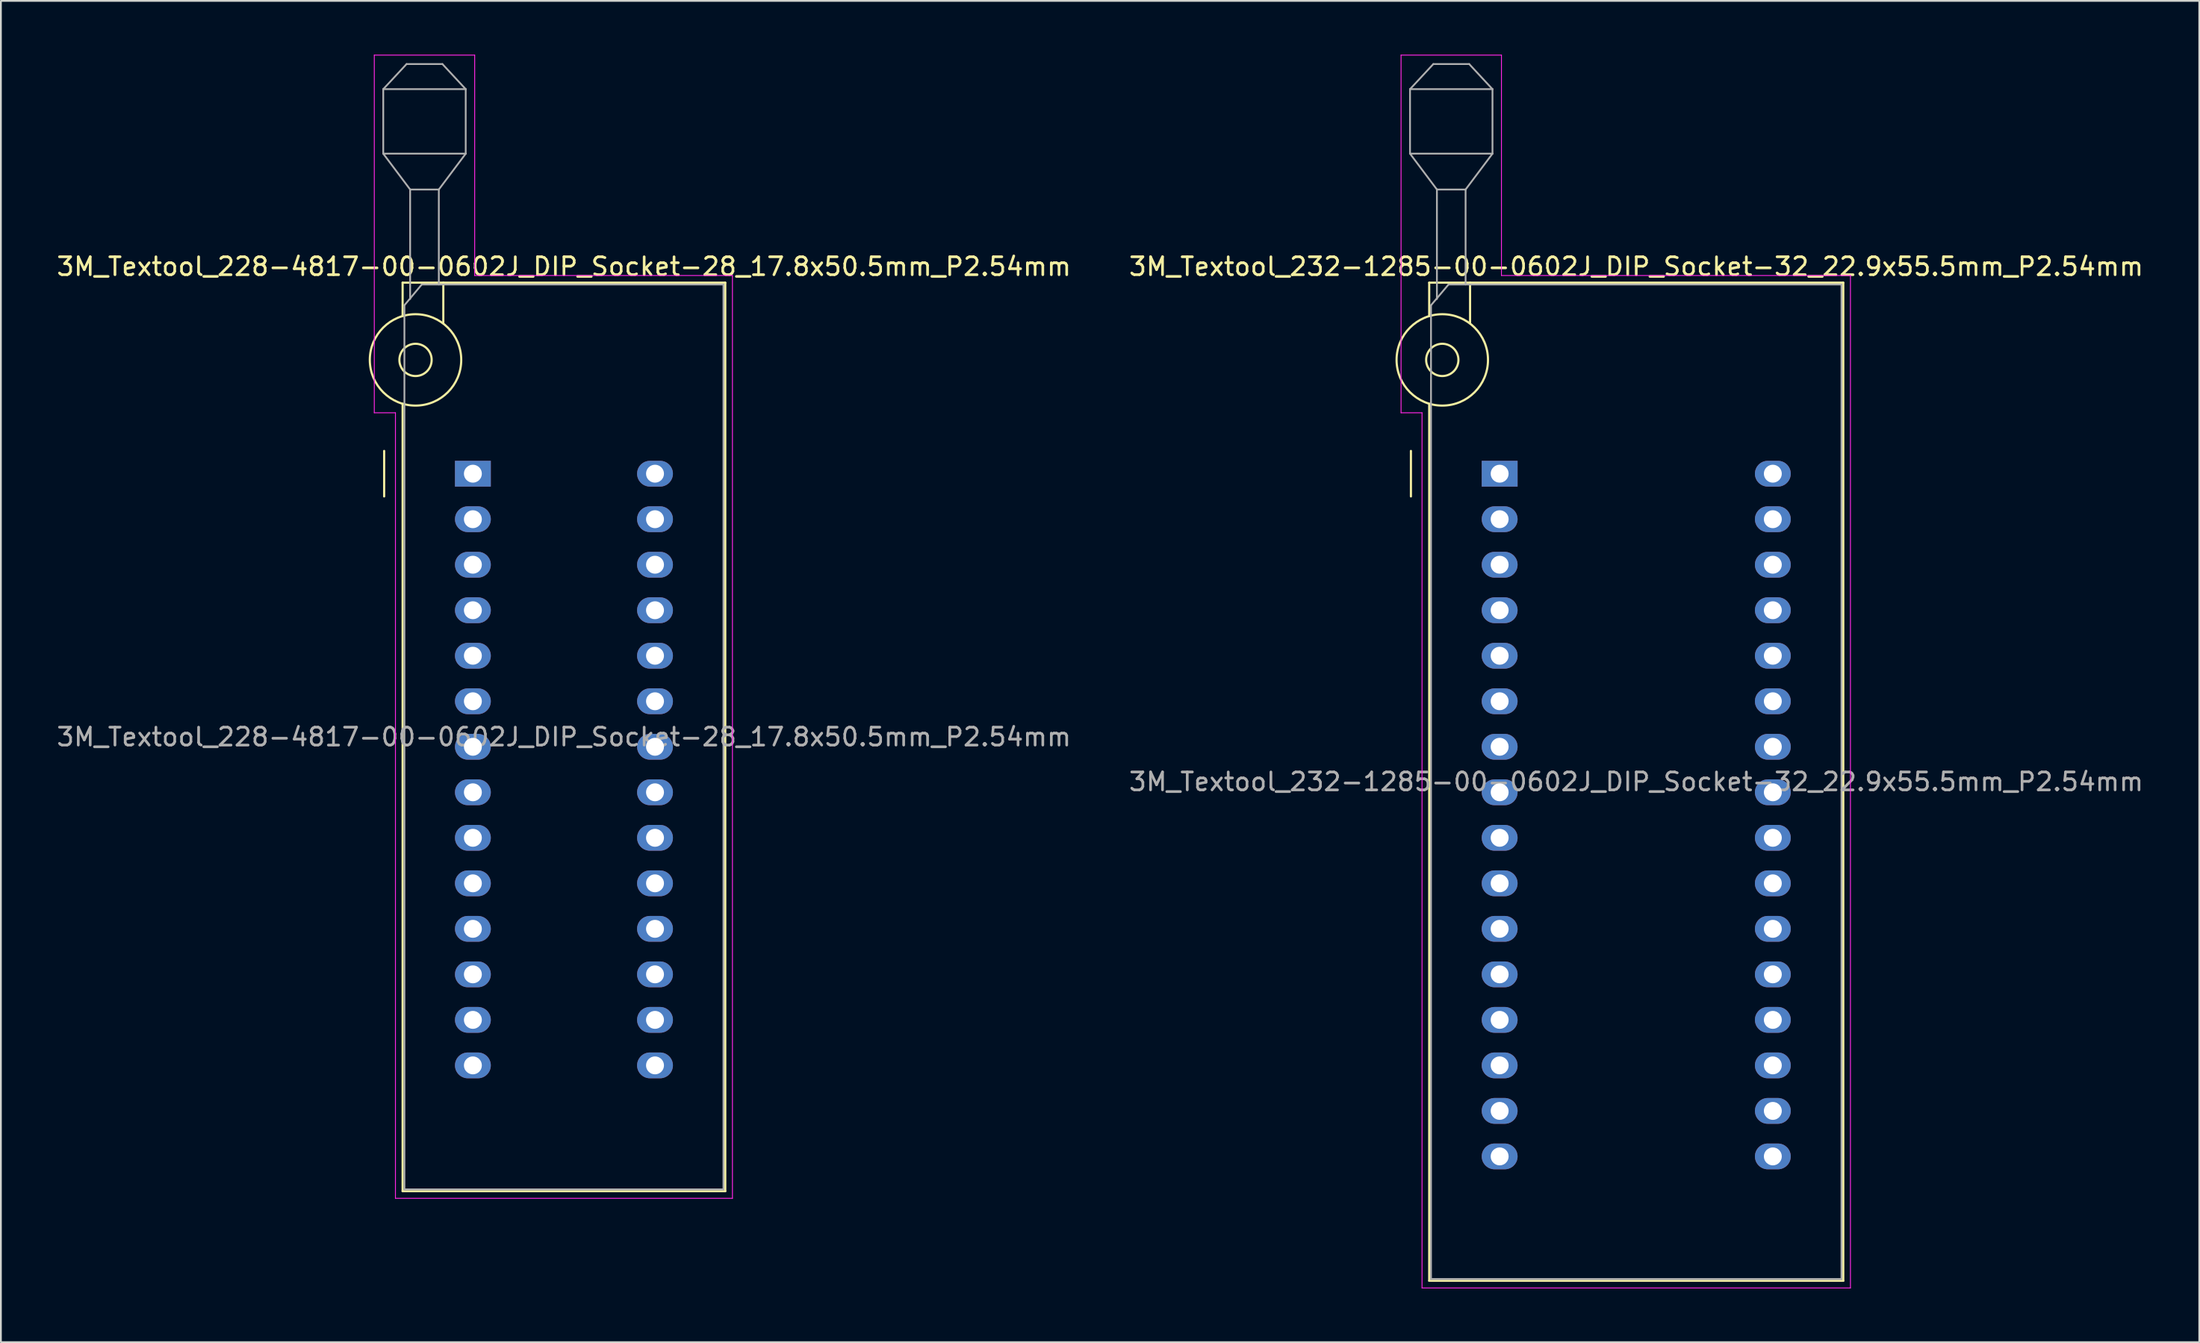
<source format=kicad_pcb>
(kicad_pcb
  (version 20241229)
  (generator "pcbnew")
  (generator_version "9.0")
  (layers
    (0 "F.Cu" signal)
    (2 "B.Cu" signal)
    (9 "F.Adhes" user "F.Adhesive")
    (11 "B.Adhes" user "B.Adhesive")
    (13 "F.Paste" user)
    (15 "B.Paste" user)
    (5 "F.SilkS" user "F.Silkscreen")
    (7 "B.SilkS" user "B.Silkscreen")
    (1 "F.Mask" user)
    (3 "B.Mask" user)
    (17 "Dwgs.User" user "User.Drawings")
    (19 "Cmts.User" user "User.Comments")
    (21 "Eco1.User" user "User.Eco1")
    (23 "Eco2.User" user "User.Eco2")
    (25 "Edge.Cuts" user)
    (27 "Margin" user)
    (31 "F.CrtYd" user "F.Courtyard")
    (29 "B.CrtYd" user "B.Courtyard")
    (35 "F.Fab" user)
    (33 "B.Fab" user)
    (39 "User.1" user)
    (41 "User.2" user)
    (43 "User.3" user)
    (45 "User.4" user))
  (footprint "3M_Textool_228-4817-00-0602J_DIP_Socket-28_17.8x50.5mm_P2.54mm"
    (layer "F.Cu")
    (at 23.331 23.385)
    (property "Reference" "3M_Textool_228-4817-00-0602J_DIP_Socket-28_17.8x50.5mm_P2.54mm" (at 5.08 -11.56 0) (layer "F.SilkS") (effects (font (size 1 1) (thickness 0.15))))
    (attr through_hole)
    (fp_line (start -4.95 1.27) (end -4.95 -1.27) (stroke (width 0.12) (type solid)) (layer "F.SilkS"))
    (fp_line (start -3.92 -10.66) (end -3.92 -8.8) (stroke (width 0.12) (type solid)) (layer "F.SilkS"))
    (fp_line (start -3.92 -3.9) (end -3.92 40.04) (stroke (width 0.12) (type solid)) (layer "F.SilkS"))
    (fp_line (start -3.92 40.04) (end 14.08 40.04) (stroke (width 0.12) (type solid)) (layer "F.SilkS"))
    (fp_line (start -1.65 -10.66) (end -1.65 -8.4) (stroke (width 0.12) (type solid)) (layer "F.SilkS"))
    (fp_line (start 14.08 -10.66) (end -3.92 -10.66) (stroke (width 0.12) (type solid)) (layer "F.SilkS"))
    (fp_line (start 14.08 40.04) (end 14.08 -10.66) (stroke (width 0.12) (type solid)) (layer "F.SilkS"))
    (fp_circle (center -3.2 -6.35) (end -2.3 -6.35) (stroke (width 0.12) (type solid)) (fill no) (layer "F.SilkS"))
    (fp_circle (center -3.2 -6.35) (end -0.65 -6.35) (stroke (width 0.12) (type solid)) (fill no) (layer "F.SilkS"))
    (fp_line (start -5.5 -23.36) (end 0.1 -23.36) (stroke (width 0.05) (type solid)) (layer "F.CrtYd"))
    (fp_line (start -5.5 -3.4) (end -5.5 -23.36) (stroke (width 0.05) (type solid)) (layer "F.CrtYd"))
    (fp_line (start -4.32 -3.4) (end -5.5 -3.4) (stroke (width 0.05) (type solid)) (layer "F.CrtYd"))
    (fp_line (start -4.32 40.44) (end -4.32 -3.4) (stroke (width 0.05) (type solid)) (layer "F.CrtYd"))
    (fp_line (start 0.1 -23.36) (end 0.1 -11.06) (stroke (width 0.05) (type solid)) (layer "F.CrtYd"))
    (fp_line (start 0.1 -11.06) (end 14.48 -11.06) (stroke (width 0.05) (type solid)) (layer "F.CrtYd"))
    (fp_line (start 14.48 -11.06) (end 14.48 40.44) (stroke (width 0.05) (type solid)) (layer "F.CrtYd"))
    (fp_line (start 14.48 40.44) (end -4.32 40.44) (stroke (width 0.05) (type solid)) (layer "F.CrtYd"))
    (fp_line (start -5 -21.46) (end -5 -17.86) (stroke (width 0.1) (type solid)) (layer "F.Fab"))
    (fp_line (start -5 -21.46) (end -3.7 -22.86) (stroke (width 0.1) (type solid)) (layer "F.Fab"))
    (fp_line (start -5 -17.86) (end -3.5 -15.86) (stroke (width 0.1) (type solid)) (layer "F.Fab"))
    (fp_line (start -5 -17.86) (end -0.4 -17.86) (stroke (width 0.1) (type solid)) (layer "F.Fab"))
    (fp_line (start -3.82 -9.4) (end -2.85 -10.56) (stroke (width 0.1) (type solid)) (layer "F.Fab"))
    (fp_line (start -3.82 39.94) (end -3.82 -9.4) (stroke (width 0.1) (type solid)) (layer "F.Fab"))
    (fp_line (start -3.7 -22.86) (end -1.7 -22.86) (stroke (width 0.1) (type solid)) (layer "F.Fab"))
    (fp_line (start -3.5 -15.86) (end -1.9 -15.86) (stroke (width 0.1) (type solid)) (layer "F.Fab"))
    (fp_line (start -3.5 -9.75) (end -3.5 -15.86) (stroke (width 0.1) (type solid)) (layer "F.Fab"))
    (fp_line (start -2.85 -10.56) (end 13.98 -10.56) (stroke (width 0.1) (type solid)) (layer "F.Fab"))
    (fp_line (start -1.9 -15.86) (end -1.9 -10.56) (stroke (width 0.1) (type solid)) (layer "F.Fab"))
    (fp_line (start -1.7 -22.86) (end -0.4 -21.46) (stroke (width 0.1) (type solid)) (layer "F.Fab"))
    (fp_line (start -0.4 -21.46) (end -5 -21.46) (stroke (width 0.1) (type solid)) (layer "F.Fab"))
    (fp_line (start -0.4 -17.86) (end -1.9 -15.86) (stroke (width 0.1) (type solid)) (layer "F.Fab"))
    (fp_line (start -0.4 -17.86) (end -0.4 -21.46) (stroke (width 0.1) (type solid)) (layer "F.Fab"))
    (fp_line (start 13.98 -10.56) (end 13.98 39.94) (stroke (width 0.1) (type solid)) (layer "F.Fab"))
    (fp_line (start 13.98 39.94) (end -3.82 39.94) (stroke (width 0.1) (type solid)) (layer "F.Fab"))
    (fp_text user "${REFERENCE}" (at 5.08 14.69 0) (layer "F.Fab") (effects (font (size 1 1) (thickness 0.15))))
    (pad "1" thru_hole rect (at 0 0) (size 2 1.44) (drill 1) (layers "*.Cu" "*.Mask"))
    (pad "2" thru_hole oval (at 0 2.54) (size 2 1.44) (drill 1) (layers "*.Cu" "*.Mask"))
    (pad "3" thru_hole oval (at 0 5.08) (size 2 1.44) (drill 1) (layers "*.Cu" "*.Mask"))
    (pad "4" thru_hole oval (at 0 7.62) (size 2 1.44) (drill 1) (layers "*.Cu" "*.Mask"))
    (pad "5" thru_hole oval (at 0 10.16) (size 2 1.44) (drill 1) (layers "*.Cu" "*.Mask"))
    (pad "6" thru_hole oval (at 0 12.7) (size 2 1.44) (drill 1) (layers "*.Cu" "*.Mask"))
    (pad "7" thru_hole oval (at 0 15.24) (size 2 1.44) (drill 1) (layers "*.Cu" "*.Mask"))
    (pad "8" thru_hole oval (at 0 17.78) (size 2 1.44) (drill 1) (layers "*.Cu" "*.Mask"))
    (pad "9" thru_hole oval (at 0 20.32) (size 2 1.44) (drill 1) (layers "*.Cu" "*.Mask"))
    (pad "10" thru_hole oval (at 0 22.86) (size 2 1.44) (drill 1) (layers "*.Cu" "*.Mask"))
    (pad "11" thru_hole oval (at 0 25.4) (size 2 1.44) (drill 1) (layers "*.Cu" "*.Mask"))
    (pad "12" thru_hole oval (at 0 27.94) (size 2 1.44) (drill 1) (layers "*.Cu" "*.Mask"))
    (pad "13" thru_hole oval (at 0 30.48) (size 2 1.44) (drill 1) (layers "*.Cu" "*.Mask"))
    (pad "14" thru_hole oval (at 0 33.02) (size 2 1.44) (drill 1) (layers "*.Cu" "*.Mask"))
    (pad "15" thru_hole oval (at 10.16 33.02) (size 2 1.44) (drill 1) (layers "*.Cu" "*.Mask"))
    (pad "16" thru_hole oval (at 10.16 30.48) (size 2 1.44) (drill 1) (layers "*.Cu" "*.Mask"))
    (pad "17" thru_hole oval (at 10.16 27.94) (size 2 1.44) (drill 1) (layers "*.Cu" "*.Mask"))
    (pad "18" thru_hole oval (at 10.16 25.4) (size 2 1.44) (drill 1) (layers "*.Cu" "*.Mask"))
    (pad "19" thru_hole oval (at 10.16 22.86) (size 2 1.44) (drill 1) (layers "*.Cu" "*.Mask"))
    (pad "20" thru_hole oval (at 10.16 20.32) (size 2 1.44) (drill 1) (layers "*.Cu" "*.Mask"))
    (pad "21" thru_hole oval (at 10.16 17.78) (size 2 1.44) (drill 1) (layers "*.Cu" "*.Mask"))
    (pad "22" thru_hole oval (at 10.16 15.24) (size 2 1.44) (drill 1) (layers "*.Cu" "*.Mask"))
    (pad "23" thru_hole oval (at 10.16 12.7) (size 2 1.44) (drill 1) (layers "*.Cu" "*.Mask"))
    (pad "24" thru_hole oval (at 10.16 10.16) (size 2 1.44) (drill 1) (layers "*.Cu" "*.Mask"))
    (pad "25" thru_hole oval (at 10.16 7.62) (size 2 1.44) (drill 1) (layers "*.Cu" "*.Mask"))
    (pad "26" thru_hole oval (at 10.16 5.08) (size 2 1.44) (drill 1) (layers "*.Cu" "*.Mask"))
    (pad "27" thru_hole oval (at 10.16 2.54) (size 2 1.44) (drill 1) (layers "*.Cu" "*.Mask"))
    (pad "28" thru_hole oval (at 10.16 0) (size 2 1.44) (drill 1) (layers "*.Cu" "*.Mask")))
  (footprint "3M_Textool_232-1285-00-0602J_DIP_Socket-32_22.9x55.5mm_P2.54mm"
    (layer "F.Cu")
    (at 80.612 23.385)
    (property "Reference" "3M_Textool_232-1285-00-0602J_DIP_Socket-32_22.9x55.5mm_P2.54mm" (at 7.62 -11.56 0) (layer "F.SilkS") (effects (font (size 1 1) (thickness 0.15))))
    (attr through_hole)
    (fp_line (start -4.95 1.27) (end -4.95 -1.27) (stroke (width 0.12) (type solid)) (layer "F.SilkS"))
    (fp_line (start -3.93 -10.66) (end -3.93 -8.8) (stroke (width 0.12) (type solid)) (layer "F.SilkS"))
    (fp_line (start -3.93 -3.9) (end -3.93 45.04) (stroke (width 0.12) (type solid)) (layer "F.SilkS"))
    (fp_line (start -3.93 45.04) (end 19.17 45.04) (stroke (width 0.12) (type solid)) (layer "F.SilkS"))
    (fp_line (start -1.65 -10.66) (end -1.65 -8.4) (stroke (width 0.12) (type solid)) (layer "F.SilkS"))
    (fp_line (start 19.17 -10.66) (end -3.93 -10.66) (stroke (width 0.12) (type solid)) (layer "F.SilkS"))
    (fp_line (start 19.17 45.04) (end 19.17 -10.66) (stroke (width 0.12) (type solid)) (layer "F.SilkS"))
    (fp_circle (center -3.2 -6.35) (end -2.3 -6.35) (stroke (width 0.12) (type solid)) (fill no) (layer "F.SilkS"))
    (fp_circle (center -3.2 -6.35) (end -0.65 -6.35) (stroke (width 0.12) (type solid)) (fill no) (layer "F.SilkS"))
    (fp_line (start -5.5 -23.36) (end 0.1 -23.36) (stroke (width 0.05) (type solid)) (layer "F.CrtYd"))
    (fp_line (start -5.5 -3.4) (end -5.5 -23.36) (stroke (width 0.05) (type solid)) (layer "F.CrtYd"))
    (fp_line (start -4.33 -3.4) (end -5.5 -3.4) (stroke (width 0.05) (type solid)) (layer "F.CrtYd"))
    (fp_line (start -4.33 45.44) (end -4.33 -3.4) (stroke (width 0.05) (type solid)) (layer "F.CrtYd"))
    (fp_line (start 0.1 -23.36) (end 0.1 -11.06) (stroke (width 0.05) (type solid)) (layer "F.CrtYd"))
    (fp_line (start 0.1 -11.06) (end 19.57 -11.06) (stroke (width 0.05) (type solid)) (layer "F.CrtYd"))
    (fp_line (start 19.57 -11.06) (end 19.57 45.44) (stroke (width 0.05) (type solid)) (layer "F.CrtYd"))
    (fp_line (start 19.57 45.44) (end -4.33 45.44) (stroke (width 0.05) (type solid)) (layer "F.CrtYd"))
    (fp_line (start -5 -21.46) (end -5 -17.86) (stroke (width 0.1) (type solid)) (layer "F.Fab"))
    (fp_line (start -5 -21.46) (end -3.7 -22.86) (stroke (width 0.1) (type solid)) (layer "F.Fab"))
    (fp_line (start -5 -17.86) (end -3.5 -15.86) (stroke (width 0.1) (type solid)) (layer "F.Fab"))
    (fp_line (start -5 -17.86) (end -0.4 -17.86) (stroke (width 0.1) (type solid)) (layer "F.Fab"))
    (fp_line (start -3.83 -9.4) (end -2.85 -10.56) (stroke (width 0.1) (type solid)) (layer "F.Fab"))
    (fp_line (start -3.83 44.94) (end -3.83 -9.4) (stroke (width 0.1) (type solid)) (layer "F.Fab"))
    (fp_line (start -3.7 -22.86) (end -1.7 -22.86) (stroke (width 0.1) (type solid)) (layer "F.Fab"))
    (fp_line (start -3.5 -15.86) (end -1.9 -15.86) (stroke (width 0.1) (type solid)) (layer "F.Fab"))
    (fp_line (start -3.5 -9.75) (end -3.5 -15.86) (stroke (width 0.1) (type solid)) (layer "F.Fab"))
    (fp_line (start -2.85 -10.56) (end 19.07 -10.56) (stroke (width 0.1) (type solid)) (layer "F.Fab"))
    (fp_line (start -1.9 -15.86) (end -1.9 -10.56) (stroke (width 0.1) (type solid)) (layer "F.Fab"))
    (fp_line (start -1.7 -22.86) (end -0.4 -21.46) (stroke (width 0.1) (type solid)) (layer "F.Fab"))
    (fp_line (start -0.4 -21.46) (end -5 -21.46) (stroke (width 0.1) (type solid)) (layer "F.Fab"))
    (fp_line (start -0.4 -17.86) (end -1.9 -15.86) (stroke (width 0.1) (type solid)) (layer "F.Fab"))
    (fp_line (start -0.4 -17.86) (end -0.4 -21.46) (stroke (width 0.1) (type solid)) (layer "F.Fab"))
    (fp_line (start 19.07 -10.56) (end 19.07 44.94) (stroke (width 0.1) (type solid)) (layer "F.Fab"))
    (fp_line (start 19.07 44.94) (end -3.83 44.94) (stroke (width 0.1) (type solid)) (layer "F.Fab"))
    (fp_text user "${REFERENCE}" (at 7.62 17.19 0) (layer "F.Fab") (effects (font (size 1 1) (thickness 0.15))))
    (pad "1" thru_hole rect (at 0 0) (size 2 1.44) (drill 1) (layers "*.Cu" "*.Mask"))
    (pad "2" thru_hole oval (at 0 2.54) (size 2 1.44) (drill 1) (layers "*.Cu" "*.Mask"))
    (pad "3" thru_hole oval (at 0 5.08) (size 2 1.44) (drill 1) (layers "*.Cu" "*.Mask"))
    (pad "4" thru_hole oval (at 0 7.62) (size 2 1.44) (drill 1) (layers "*.Cu" "*.Mask"))
    (pad "5" thru_hole oval (at 0 10.16) (size 2 1.44) (drill 1) (layers "*.Cu" "*.Mask"))
    (pad "6" thru_hole oval (at 0 12.7) (size 2 1.44) (drill 1) (layers "*.Cu" "*.Mask"))
    (pad "7" thru_hole oval (at 0 15.24) (size 2 1.44) (drill 1) (layers "*.Cu" "*.Mask"))
    (pad "8" thru_hole oval (at 0 17.78) (size 2 1.44) (drill 1) (layers "*.Cu" "*.Mask"))
    (pad "9" thru_hole oval (at 0 20.32) (size 2 1.44) (drill 1) (layers "*.Cu" "*.Mask"))
    (pad "10" thru_hole oval (at 0 22.86) (size 2 1.44) (drill 1) (layers "*.Cu" "*.Mask"))
    (pad "11" thru_hole oval (at 0 25.4) (size 2 1.44) (drill 1) (layers "*.Cu" "*.Mask"))
    (pad "12" thru_hole oval (at 0 27.94) (size 2 1.44) (drill 1) (layers "*.Cu" "*.Mask"))
    (pad "13" thru_hole oval (at 0 30.48) (size 2 1.44) (drill 1) (layers "*.Cu" "*.Mask"))
    (pad "14" thru_hole oval (at 0 33.02) (size 2 1.44) (drill 1) (layers "*.Cu" "*.Mask"))
    (pad "15" thru_hole oval (at 0 35.56) (size 2 1.44) (drill 1) (layers "*.Cu" "*.Mask"))
    (pad "16" thru_hole oval (at 0 38.1) (size 2 1.44) (drill 1) (layers "*.Cu" "*.Mask"))
    (pad "17" thru_hole oval (at 15.24 38.1) (size 2 1.44) (drill 1) (layers "*.Cu" "*.Mask"))
    (pad "18" thru_hole oval (at 15.24 35.56) (size 2 1.44) (drill 1) (layers "*.Cu" "*.Mask"))
    (pad "19" thru_hole oval (at 15.24 33.02) (size 2 1.44) (drill 1) (layers "*.Cu" "*.Mask"))
    (pad "20" thru_hole oval (at 15.24 30.48) (size 2 1.44) (drill 1) (layers "*.Cu" "*.Mask"))
    (pad "21" thru_hole oval (at 15.24 27.94) (size 2 1.44) (drill 1) (layers "*.Cu" "*.Mask"))
    (pad "22" thru_hole oval (at 15.24 25.4) (size 2 1.44) (drill 1) (layers "*.Cu" "*.Mask"))
    (pad "23" thru_hole oval (at 15.24 22.86) (size 2 1.44) (drill 1) (layers "*.Cu" "*.Mask"))
    (pad "24" thru_hole oval (at 15.24 20.32) (size 2 1.44) (drill 1) (layers "*.Cu" "*.Mask"))
    (pad "25" thru_hole oval (at 15.24 17.78) (size 2 1.44) (drill 1) (layers "*.Cu" "*.Mask"))
    (pad "26" thru_hole oval (at 15.24 15.24) (size 2 1.44) (drill 1) (layers "*.Cu" "*.Mask"))
    (pad "27" thru_hole oval (at 15.24 12.7) (size 2 1.44) (drill 1) (layers "*.Cu" "*.Mask"))
    (pad "28" thru_hole oval (at 15.24 10.16) (size 2 1.44) (drill 1) (layers "*.Cu" "*.Mask"))
    (pad "29" thru_hole oval (at 15.24 7.62) (size 2 1.44) (drill 1) (layers "*.Cu" "*.Mask"))
    (pad "30" thru_hole oval (at 15.24 5.08) (size 2 1.44) (drill 1) (layers "*.Cu" "*.Mask"))
    (pad "31" thru_hole oval (at 15.24 2.54) (size 2 1.44) (drill 1) (layers "*.Cu" "*.Mask"))
    (pad "32" thru_hole oval (at 15.24 0) (size 2 1.44) (drill 1) (layers "*.Cu" "*.Mask")))
  (gr_rect
    (start -3 -3)
    (end 119.643 71.85)
    (stroke (width 0.1) (type default))
    (fill no)
    (layer "Edge.Cuts")))
</source>
